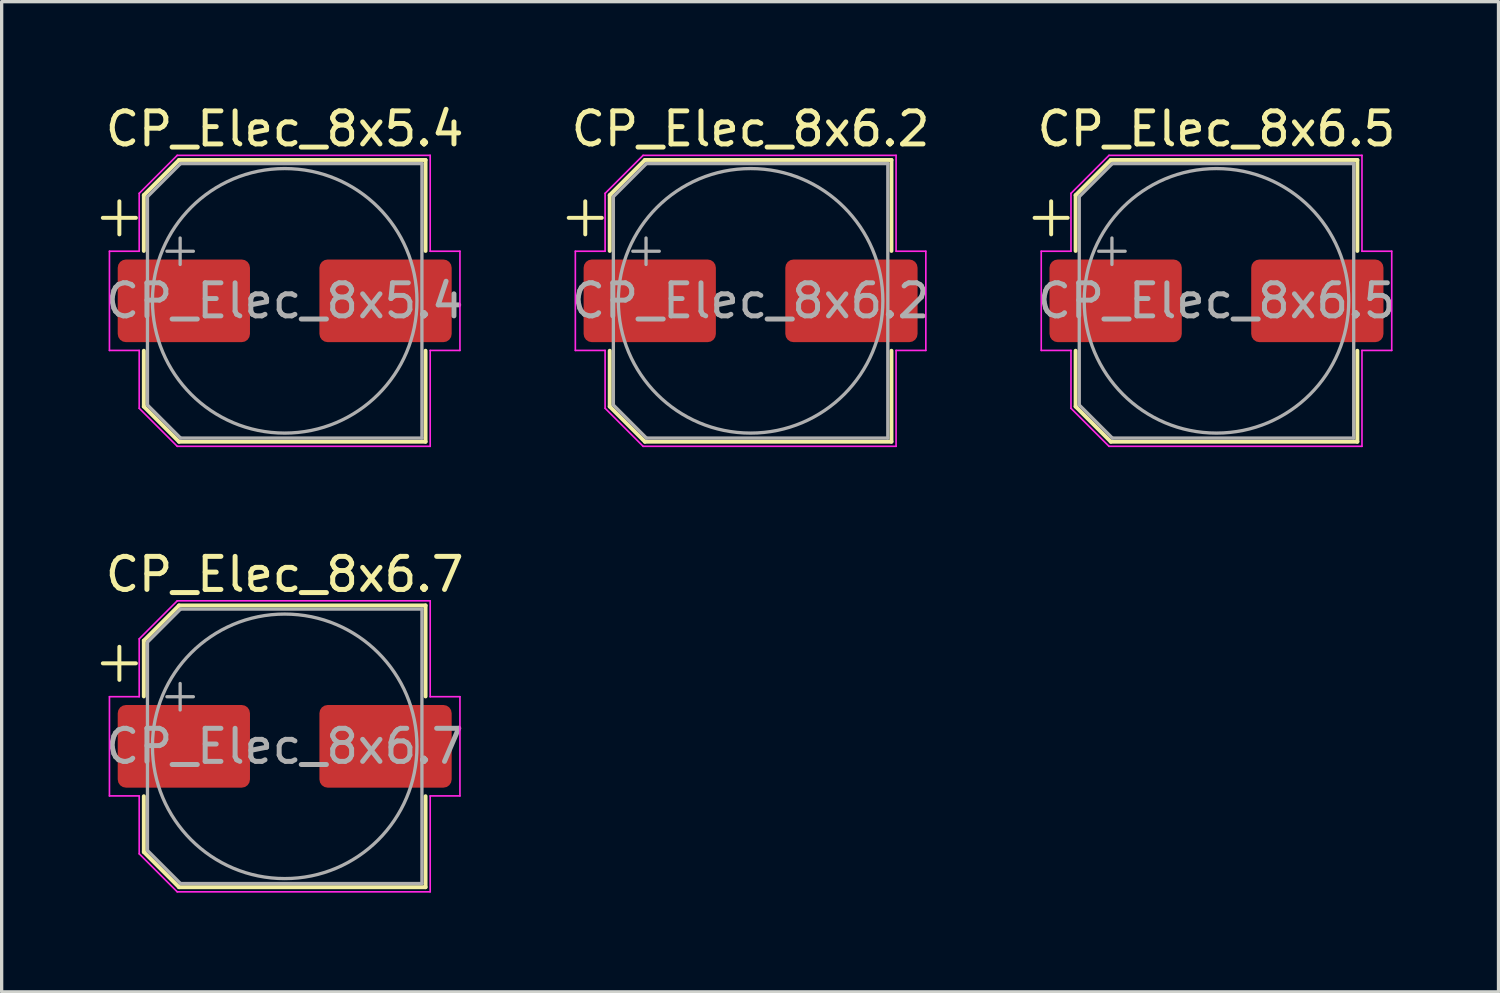
<source format=kicad_pcb>
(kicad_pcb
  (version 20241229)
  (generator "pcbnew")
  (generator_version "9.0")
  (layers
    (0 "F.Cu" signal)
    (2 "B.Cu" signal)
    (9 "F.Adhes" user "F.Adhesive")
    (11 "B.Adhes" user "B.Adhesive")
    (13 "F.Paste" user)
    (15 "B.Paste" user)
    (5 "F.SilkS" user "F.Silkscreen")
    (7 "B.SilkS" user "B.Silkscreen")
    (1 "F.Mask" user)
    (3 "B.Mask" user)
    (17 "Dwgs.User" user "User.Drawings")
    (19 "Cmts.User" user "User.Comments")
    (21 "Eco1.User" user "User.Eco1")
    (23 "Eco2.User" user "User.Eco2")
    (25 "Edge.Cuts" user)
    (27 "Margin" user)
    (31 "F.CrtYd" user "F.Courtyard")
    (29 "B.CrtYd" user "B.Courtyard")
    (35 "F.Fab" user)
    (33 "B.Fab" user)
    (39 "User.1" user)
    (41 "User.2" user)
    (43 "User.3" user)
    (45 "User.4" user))
  (footprint "CP_Elec_8x5.4"
    (layer "F.Cu")
    (at 5.56 6.048)
    (property "Reference" "CP_Elec_8x5.4" (at 0 -5.2 0) (layer "F.SilkS") (effects (font (size 1 1) (thickness 0.15))))
    (attr smd)
    (fp_line (start -5.5 -2.51) (end -4.5 -2.51) (stroke (width 0.12) (type solid)) (layer "F.SilkS"))
    (fp_line (start -5 -3.01) (end -5 -2.01) (stroke (width 0.12) (type solid)) (layer "F.SilkS"))
    (fp_line (start -4.26 -3.196) (end -4.26 -1.51) (stroke (width 0.12) (type solid)) (layer "F.SilkS"))
    (fp_line (start -4.26 -3.196) (end -3.196 -4.26) (stroke (width 0.12) (type solid)) (layer "F.SilkS"))
    (fp_line (start -4.26 3.196) (end -4.26 1.51) (stroke (width 0.12) (type solid)) (layer "F.SilkS"))
    (fp_line (start -4.26 3.196) (end -3.196 4.26) (stroke (width 0.12) (type solid)) (layer "F.SilkS"))
    (fp_line (start -3.196 -4.26) (end 4.26 -4.26) (stroke (width 0.12) (type solid)) (layer "F.SilkS"))
    (fp_line (start -3.196 4.26) (end 4.26 4.26) (stroke (width 0.12) (type solid)) (layer "F.SilkS"))
    (fp_line (start 4.26 -4.26) (end 4.26 -1.51) (stroke (width 0.12) (type solid)) (layer "F.SilkS"))
    (fp_line (start 4.26 4.26) (end 4.26 1.51) (stroke (width 0.12) (type solid)) (layer "F.SilkS"))
    (fp_line (start -5.3 -1.5) (end -5.3 1.5) (stroke (width 0.05) (type solid)) (layer "F.CrtYd"))
    (fp_line (start -5.3 1.5) (end -4.4 1.5) (stroke (width 0.05) (type solid)) (layer "F.CrtYd"))
    (fp_line (start -4.4 -3.25) (end -4.4 -1.5) (stroke (width 0.05) (type solid)) (layer "F.CrtYd"))
    (fp_line (start -4.4 -3.25) (end -3.25 -4.4) (stroke (width 0.05) (type solid)) (layer "F.CrtYd"))
    (fp_line (start -4.4 -1.5) (end -5.3 -1.5) (stroke (width 0.05) (type solid)) (layer "F.CrtYd"))
    (fp_line (start -4.4 1.5) (end -4.4 3.25) (stroke (width 0.05) (type solid)) (layer "F.CrtYd"))
    (fp_line (start -4.4 3.25) (end -3.25 4.4) (stroke (width 0.05) (type solid)) (layer "F.CrtYd"))
    (fp_line (start -3.25 -4.4) (end 4.4 -4.4) (stroke (width 0.05) (type solid)) (layer "F.CrtYd"))
    (fp_line (start -3.25 4.4) (end 4.4 4.4) (stroke (width 0.05) (type solid)) (layer "F.CrtYd"))
    (fp_line (start 4.4 -4.4) (end 4.4 -1.5) (stroke (width 0.05) (type solid)) (layer "F.CrtYd"))
    (fp_line (start 4.4 -1.5) (end 5.3 -1.5) (stroke (width 0.05) (type solid)) (layer "F.CrtYd"))
    (fp_line (start 4.4 1.5) (end 4.4 4.4) (stroke (width 0.05) (type solid)) (layer "F.CrtYd"))
    (fp_line (start 5.3 -1.5) (end 5.3 1.5) (stroke (width 0.05) (type solid)) (layer "F.CrtYd"))
    (fp_line (start 5.3 1.5) (end 4.4 1.5) (stroke (width 0.05) (type solid)) (layer "F.CrtYd"))
    (fp_line (start -4.15 -3.15) (end -4.15 3.15) (stroke (width 0.1) (type solid)) (layer "F.Fab"))
    (fp_line (start -4.15 -3.15) (end -3.15 -4.15) (stroke (width 0.1) (type solid)) (layer "F.Fab"))
    (fp_line (start -4.15 3.15) (end -3.15 4.15) (stroke (width 0.1) (type solid)) (layer "F.Fab"))
    (fp_line (start -3.562 -1.5) (end -2.762 -1.5) (stroke (width 0.1) (type solid)) (layer "F.Fab"))
    (fp_line (start -3.162 -1.9) (end -3.162 -1.1) (stroke (width 0.1) (type solid)) (layer "F.Fab"))
    (fp_line (start -3.15 -4.15) (end 4.15 -4.15) (stroke (width 0.1) (type solid)) (layer "F.Fab"))
    (fp_line (start -3.15 4.15) (end 4.15 4.15) (stroke (width 0.1) (type solid)) (layer "F.Fab"))
    (fp_line (start 4.15 -4.15) (end 4.15 4.15) (stroke (width 0.1) (type solid)) (layer "F.Fab"))
    (fp_circle (center 0 0) (end 4 0) (stroke (width 0.1) (type solid)) (fill no) (layer "F.Fab"))
    (fp_text user "${REFERENCE}" (at 0 0 0) (layer "F.Fab") (effects (font (size 1 1) (thickness 0.15))))
    (pad "1" smd roundrect (at -3.05 0) (size 4 2.5) (layers "F.Cu" "F.Mask" "F.Paste") (roundrect_rratio 0.1))
    (pad "2" smd roundrect (at 3.05 0) (size 4 2.5) (layers "F.Cu" "F.Mask" "F.Paste") (roundrect_rratio 0.1)))
  (footprint "CP_Elec_8x6.5"
    (layer "F.Cu")
    (at 33.74 6.048)
    (property "Reference" "CP_Elec_8x6.5" (at 0 -5.2 0) (layer "F.SilkS") (effects (font (size 1 1) (thickness 0.15))))
    (attr smd)
    (fp_line (start -5.5 -2.51) (end -4.5 -2.51) (stroke (width 0.12) (type solid)) (layer "F.SilkS"))
    (fp_line (start -5 -3.01) (end -5 -2.01) (stroke (width 0.12) (type solid)) (layer "F.SilkS"))
    (fp_line (start -4.26 -3.196) (end -4.26 -1.51) (stroke (width 0.12) (type solid)) (layer "F.SilkS"))
    (fp_line (start -4.26 -3.196) (end -3.196 -4.26) (stroke (width 0.12) (type solid)) (layer "F.SilkS"))
    (fp_line (start -4.26 3.196) (end -4.26 1.51) (stroke (width 0.12) (type solid)) (layer "F.SilkS"))
    (fp_line (start -4.26 3.196) (end -3.196 4.26) (stroke (width 0.12) (type solid)) (layer "F.SilkS"))
    (fp_line (start -3.196 -4.26) (end 4.26 -4.26) (stroke (width 0.12) (type solid)) (layer "F.SilkS"))
    (fp_line (start -3.196 4.26) (end 4.26 4.26) (stroke (width 0.12) (type solid)) (layer "F.SilkS"))
    (fp_line (start 4.26 -4.26) (end 4.26 -1.51) (stroke (width 0.12) (type solid)) (layer "F.SilkS"))
    (fp_line (start 4.26 4.26) (end 4.26 1.51) (stroke (width 0.12) (type solid)) (layer "F.SilkS"))
    (fp_line (start -5.3 -1.5) (end -5.3 1.5) (stroke (width 0.05) (type solid)) (layer "F.CrtYd"))
    (fp_line (start -5.3 1.5) (end -4.4 1.5) (stroke (width 0.05) (type solid)) (layer "F.CrtYd"))
    (fp_line (start -4.4 -3.25) (end -4.4 -1.5) (stroke (width 0.05) (type solid)) (layer "F.CrtYd"))
    (fp_line (start -4.4 -3.25) (end -3.25 -4.4) (stroke (width 0.05) (type solid)) (layer "F.CrtYd"))
    (fp_line (start -4.4 -1.5) (end -5.3 -1.5) (stroke (width 0.05) (type solid)) (layer "F.CrtYd"))
    (fp_line (start -4.4 1.5) (end -4.4 3.25) (stroke (width 0.05) (type solid)) (layer "F.CrtYd"))
    (fp_line (start -4.4 3.25) (end -3.25 4.4) (stroke (width 0.05) (type solid)) (layer "F.CrtYd"))
    (fp_line (start -3.25 -4.4) (end 4.4 -4.4) (stroke (width 0.05) (type solid)) (layer "F.CrtYd"))
    (fp_line (start -3.25 4.4) (end 4.4 4.4) (stroke (width 0.05) (type solid)) (layer "F.CrtYd"))
    (fp_line (start 4.4 -4.4) (end 4.4 -1.5) (stroke (width 0.05) (type solid)) (layer "F.CrtYd"))
    (fp_line (start 4.4 -1.5) (end 5.3 -1.5) (stroke (width 0.05) (type solid)) (layer "F.CrtYd"))
    (fp_line (start 4.4 1.5) (end 4.4 4.4) (stroke (width 0.05) (type solid)) (layer "F.CrtYd"))
    (fp_line (start 5.3 -1.5) (end 5.3 1.5) (stroke (width 0.05) (type solid)) (layer "F.CrtYd"))
    (fp_line (start 5.3 1.5) (end 4.4 1.5) (stroke (width 0.05) (type solid)) (layer "F.CrtYd"))
    (fp_line (start -4.15 -3.15) (end -4.15 3.15) (stroke (width 0.1) (type solid)) (layer "F.Fab"))
    (fp_line (start -4.15 -3.15) (end -3.15 -4.15) (stroke (width 0.1) (type solid)) (layer "F.Fab"))
    (fp_line (start -4.15 3.15) (end -3.15 4.15) (stroke (width 0.1) (type solid)) (layer "F.Fab"))
    (fp_line (start -3.562 -1.5) (end -2.762 -1.5) (stroke (width 0.1) (type solid)) (layer "F.Fab"))
    (fp_line (start -3.162 -1.9) (end -3.162 -1.1) (stroke (width 0.1) (type solid)) (layer "F.Fab"))
    (fp_line (start -3.15 -4.15) (end 4.15 -4.15) (stroke (width 0.1) (type solid)) (layer "F.Fab"))
    (fp_line (start -3.15 4.15) (end 4.15 4.15) (stroke (width 0.1) (type solid)) (layer "F.Fab"))
    (fp_line (start 4.15 -4.15) (end 4.15 4.15) (stroke (width 0.1) (type solid)) (layer "F.Fab"))
    (fp_circle (center 0 0) (end 4 0) (stroke (width 0.1) (type solid)) (fill no) (layer "F.Fab"))
    (fp_text user "${REFERENCE}" (at 0 0 0) (layer "F.Fab") (effects (font (size 1 1) (thickness 0.15))))
    (pad "1" smd roundrect (at -3.05 0) (size 4 2.5) (layers "F.Cu" "F.Mask" "F.Paste") (roundrect_rratio 0.1))
    (pad "2" smd roundrect (at 3.05 0) (size 4 2.5) (layers "F.Cu" "F.Mask" "F.Paste") (roundrect_rratio 0.1)))
  (footprint "CP_Elec_8x6.2"
    (layer "F.Cu")
    (at 19.65 6.048)
    (property "Reference" "CP_Elec_8x6.2" (at 0 -5.2 0) (layer "F.SilkS") (effects (font (size 1 1) (thickness 0.15))))
    (attr smd)
    (fp_line (start -5.5 -2.51) (end -4.5 -2.51) (stroke (width 0.12) (type solid)) (layer "F.SilkS"))
    (fp_line (start -5 -3.01) (end -5 -2.01) (stroke (width 0.12) (type solid)) (layer "F.SilkS"))
    (fp_line (start -4.26 -3.196) (end -4.26 -1.51) (stroke (width 0.12) (type solid)) (layer "F.SilkS"))
    (fp_line (start -4.26 -3.196) (end -3.196 -4.26) (stroke (width 0.12) (type solid)) (layer "F.SilkS"))
    (fp_line (start -4.26 3.196) (end -4.26 1.51) (stroke (width 0.12) (type solid)) (layer "F.SilkS"))
    (fp_line (start -4.26 3.196) (end -3.196 4.26) (stroke (width 0.12) (type solid)) (layer "F.SilkS"))
    (fp_line (start -3.196 -4.26) (end 4.26 -4.26) (stroke (width 0.12) (type solid)) (layer "F.SilkS"))
    (fp_line (start -3.196 4.26) (end 4.26 4.26) (stroke (width 0.12) (type solid)) (layer "F.SilkS"))
    (fp_line (start 4.26 -4.26) (end 4.26 -1.51) (stroke (width 0.12) (type solid)) (layer "F.SilkS"))
    (fp_line (start 4.26 4.26) (end 4.26 1.51) (stroke (width 0.12) (type solid)) (layer "F.SilkS"))
    (fp_line (start -5.3 -1.5) (end -5.3 1.5) (stroke (width 0.05) (type solid)) (layer "F.CrtYd"))
    (fp_line (start -5.3 1.5) (end -4.4 1.5) (stroke (width 0.05) (type solid)) (layer "F.CrtYd"))
    (fp_line (start -4.4 -3.25) (end -4.4 -1.5) (stroke (width 0.05) (type solid)) (layer "F.CrtYd"))
    (fp_line (start -4.4 -3.25) (end -3.25 -4.4) (stroke (width 0.05) (type solid)) (layer "F.CrtYd"))
    (fp_line (start -4.4 -1.5) (end -5.3 -1.5) (stroke (width 0.05) (type solid)) (layer "F.CrtYd"))
    (fp_line (start -4.4 1.5) (end -4.4 3.25) (stroke (width 0.05) (type solid)) (layer "F.CrtYd"))
    (fp_line (start -4.4 3.25) (end -3.25 4.4) (stroke (width 0.05) (type solid)) (layer "F.CrtYd"))
    (fp_line (start -3.25 -4.4) (end 4.4 -4.4) (stroke (width 0.05) (type solid)) (layer "F.CrtYd"))
    (fp_line (start -3.25 4.4) (end 4.4 4.4) (stroke (width 0.05) (type solid)) (layer "F.CrtYd"))
    (fp_line (start 4.4 -4.4) (end 4.4 -1.5) (stroke (width 0.05) (type solid)) (layer "F.CrtYd"))
    (fp_line (start 4.4 -1.5) (end 5.3 -1.5) (stroke (width 0.05) (type solid)) (layer "F.CrtYd"))
    (fp_line (start 4.4 1.5) (end 4.4 4.4) (stroke (width 0.05) (type solid)) (layer "F.CrtYd"))
    (fp_line (start 5.3 -1.5) (end 5.3 1.5) (stroke (width 0.05) (type solid)) (layer "F.CrtYd"))
    (fp_line (start 5.3 1.5) (end 4.4 1.5) (stroke (width 0.05) (type solid)) (layer "F.CrtYd"))
    (fp_line (start -4.15 -3.15) (end -4.15 3.15) (stroke (width 0.1) (type solid)) (layer "F.Fab"))
    (fp_line (start -4.15 -3.15) (end -3.15 -4.15) (stroke (width 0.1) (type solid)) (layer "F.Fab"))
    (fp_line (start -4.15 3.15) (end -3.15 4.15) (stroke (width 0.1) (type solid)) (layer "F.Fab"))
    (fp_line (start -3.562 -1.5) (end -2.762 -1.5) (stroke (width 0.1) (type solid)) (layer "F.Fab"))
    (fp_line (start -3.162 -1.9) (end -3.162 -1.1) (stroke (width 0.1) (type solid)) (layer "F.Fab"))
    (fp_line (start -3.15 -4.15) (end 4.15 -4.15) (stroke (width 0.1) (type solid)) (layer "F.Fab"))
    (fp_line (start -3.15 4.15) (end 4.15 4.15) (stroke (width 0.1) (type solid)) (layer "F.Fab"))
    (fp_line (start 4.15 -4.15) (end 4.15 4.15) (stroke (width 0.1) (type solid)) (layer "F.Fab"))
    (fp_circle (center 0 0) (end 4 0) (stroke (width 0.1) (type solid)) (fill no) (layer "F.Fab"))
    (fp_text user "${REFERENCE}" (at 0 0 0) (layer "F.Fab") (effects (font (size 1 1) (thickness 0.15))))
    (pad "1" smd roundrect (at -3.05 0) (size 4 2.5) (layers "F.Cu" "F.Mask" "F.Paste") (roundrect_rratio 0.1))
    (pad "2" smd roundrect (at 3.05 0) (size 4 2.5) (layers "F.Cu" "F.Mask" "F.Paste") (roundrect_rratio 0.1)))
  (footprint "CP_Elec_8x6.7"
    (layer "F.Cu")
    (at 5.56 19.521)
    (property "Reference" "CP_Elec_8x6.7" (at 0 -5.2 0) (layer "F.SilkS") (effects (font (size 1 1) (thickness 0.15))))
    (attr smd)
    (fp_line (start -5.5 -2.51) (end -4.5 -2.51) (stroke (width 0.12) (type solid)) (layer "F.SilkS"))
    (fp_line (start -5 -3.01) (end -5 -2.01) (stroke (width 0.12) (type solid)) (layer "F.SilkS"))
    (fp_line (start -4.26 -3.196) (end -4.26 -1.51) (stroke (width 0.12) (type solid)) (layer "F.SilkS"))
    (fp_line (start -4.26 -3.196) (end -3.196 -4.26) (stroke (width 0.12) (type solid)) (layer "F.SilkS"))
    (fp_line (start -4.26 3.196) (end -4.26 1.51) (stroke (width 0.12) (type solid)) (layer "F.SilkS"))
    (fp_line (start -4.26 3.196) (end -3.196 4.26) (stroke (width 0.12) (type solid)) (layer "F.SilkS"))
    (fp_line (start -3.196 -4.26) (end 4.26 -4.26) (stroke (width 0.12) (type solid)) (layer "F.SilkS"))
    (fp_line (start -3.196 4.26) (end 4.26 4.26) (stroke (width 0.12) (type solid)) (layer "F.SilkS"))
    (fp_line (start 4.26 -4.26) (end 4.26 -1.51) (stroke (width 0.12) (type solid)) (layer "F.SilkS"))
    (fp_line (start 4.26 4.26) (end 4.26 1.51) (stroke (width 0.12) (type solid)) (layer "F.SilkS"))
    (fp_line (start -5.3 -1.5) (end -5.3 1.5) (stroke (width 0.05) (type solid)) (layer "F.CrtYd"))
    (fp_line (start -5.3 1.5) (end -4.4 1.5) (stroke (width 0.05) (type solid)) (layer "F.CrtYd"))
    (fp_line (start -4.4 -3.25) (end -4.4 -1.5) (stroke (width 0.05) (type solid)) (layer "F.CrtYd"))
    (fp_line (start -4.4 -3.25) (end -3.25 -4.4) (stroke (width 0.05) (type solid)) (layer "F.CrtYd"))
    (fp_line (start -4.4 -1.5) (end -5.3 -1.5) (stroke (width 0.05) (type solid)) (layer "F.CrtYd"))
    (fp_line (start -4.4 1.5) (end -4.4 3.25) (stroke (width 0.05) (type solid)) (layer "F.CrtYd"))
    (fp_line (start -4.4 3.25) (end -3.25 4.4) (stroke (width 0.05) (type solid)) (layer "F.CrtYd"))
    (fp_line (start -3.25 -4.4) (end 4.4 -4.4) (stroke (width 0.05) (type solid)) (layer "F.CrtYd"))
    (fp_line (start -3.25 4.4) (end 4.4 4.4) (stroke (width 0.05) (type solid)) (layer "F.CrtYd"))
    (fp_line (start 4.4 -4.4) (end 4.4 -1.5) (stroke (width 0.05) (type solid)) (layer "F.CrtYd"))
    (fp_line (start 4.4 -1.5) (end 5.3 -1.5) (stroke (width 0.05) (type solid)) (layer "F.CrtYd"))
    (fp_line (start 4.4 1.5) (end 4.4 4.4) (stroke (width 0.05) (type solid)) (layer "F.CrtYd"))
    (fp_line (start 5.3 -1.5) (end 5.3 1.5) (stroke (width 0.05) (type solid)) (layer "F.CrtYd"))
    (fp_line (start 5.3 1.5) (end 4.4 1.5) (stroke (width 0.05) (type solid)) (layer "F.CrtYd"))
    (fp_line (start -4.15 -3.15) (end -4.15 3.15) (stroke (width 0.1) (type solid)) (layer "F.Fab"))
    (fp_line (start -4.15 -3.15) (end -3.15 -4.15) (stroke (width 0.1) (type solid)) (layer "F.Fab"))
    (fp_line (start -4.15 3.15) (end -3.15 4.15) (stroke (width 0.1) (type solid)) (layer "F.Fab"))
    (fp_line (start -3.562 -1.5) (end -2.762 -1.5) (stroke (width 0.1) (type solid)) (layer "F.Fab"))
    (fp_line (start -3.162 -1.9) (end -3.162 -1.1) (stroke (width 0.1) (type solid)) (layer "F.Fab"))
    (fp_line (start -3.15 -4.15) (end 4.15 -4.15) (stroke (width 0.1) (type solid)) (layer "F.Fab"))
    (fp_line (start -3.15 4.15) (end 4.15 4.15) (stroke (width 0.1) (type solid)) (layer "F.Fab"))
    (fp_line (start 4.15 -4.15) (end 4.15 4.15) (stroke (width 0.1) (type solid)) (layer "F.Fab"))
    (fp_circle (center 0 0) (end 4 0) (stroke (width 0.1) (type solid)) (fill no) (layer "F.Fab"))
    (fp_text user "${REFERENCE}" (at 0 0 0) (layer "F.Fab") (effects (font (size 1 1) (thickness 0.15))))
    (pad "1" smd roundrect (at -3.05 0) (size 4 2.5) (layers "F.Cu" "F.Mask" "F.Paste") (roundrect_rratio 0.1))
    (pad "2" smd roundrect (at 3.05 0) (size 4 2.5) (layers "F.Cu" "F.Mask" "F.Paste") (roundrect_rratio 0.1)))
  (gr_rect
    (start -3 -3)
    (end 42.269 26.947)
    (stroke (width 0.1) (type default))
    (fill no)
    (layer "Edge.Cuts")))
</source>
